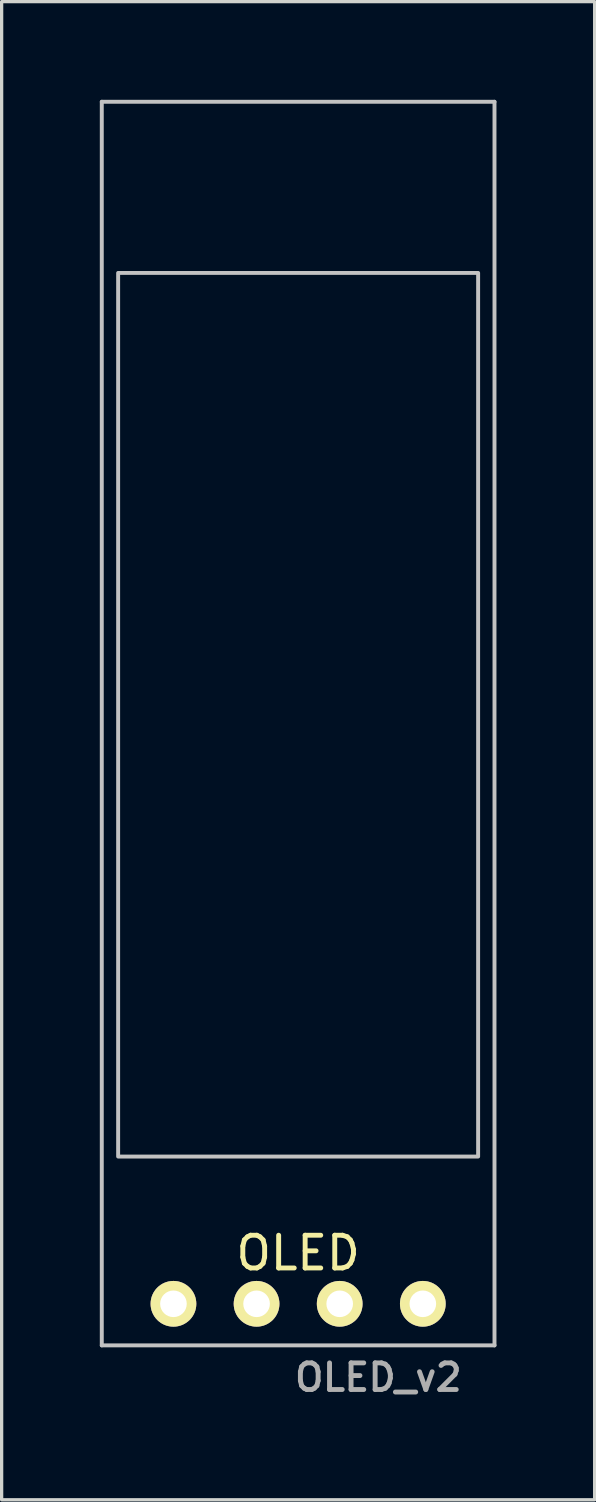
<source format=kicad_pcb>
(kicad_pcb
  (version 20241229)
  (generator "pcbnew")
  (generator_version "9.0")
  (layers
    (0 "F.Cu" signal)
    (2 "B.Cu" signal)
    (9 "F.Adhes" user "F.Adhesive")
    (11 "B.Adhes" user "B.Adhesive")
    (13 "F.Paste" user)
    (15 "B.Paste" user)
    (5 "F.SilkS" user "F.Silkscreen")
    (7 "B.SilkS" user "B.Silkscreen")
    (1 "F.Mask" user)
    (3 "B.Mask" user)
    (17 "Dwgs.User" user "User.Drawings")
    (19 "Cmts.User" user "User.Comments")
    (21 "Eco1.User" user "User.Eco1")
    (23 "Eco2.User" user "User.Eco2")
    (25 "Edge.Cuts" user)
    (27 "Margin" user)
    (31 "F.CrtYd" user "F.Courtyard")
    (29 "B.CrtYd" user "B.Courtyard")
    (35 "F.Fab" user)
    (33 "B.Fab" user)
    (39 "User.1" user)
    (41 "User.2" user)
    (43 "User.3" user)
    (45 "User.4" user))
  (footprint "OLED_v2"
    (layer "F.Cu")
    (at 6.06 36.79)
    (property "Reference" "OLED_v2" (at 2.45 2.25 180) (layer "F.Fab") (effects (font (size 0.813 0.813) (thickness 0.15))))
    (attr through_hole)
    (fp_line (start -6 -36.73) (end 6 -36.73) (stroke (width 0.12) (type solid)) (layer "Dwgs.User"))
    (fp_line (start -6 1.27) (end -6 -36.73) (stroke (width 0.12) (type solid)) (layer "Dwgs.User"))
    (fp_line (start -6 1.27) (end 6 1.27) (stroke (width 0.12) (type solid)) (layer "Dwgs.User"))
    (fp_line (start 6 -36.73) (end 6 1.27) (stroke (width 0.12) (type solid)) (layer "Dwgs.User"))
    (fp_rect (start -5.5 -4.5) (end 5.5 -31.5) (stroke (width 0.12) (type solid)) (fill no) (layer "Dwgs.User"))
    (fp_text user "OLED" (at 0 -1.55 0) (layer "F.SilkS") (effects (font (size 1 1) (thickness 0.15))))
    (pad "1" thru_hole circle (at -3.81 0) (size 1.397 1.397) (drill 0.813) (layers "*.Cu" "B.Mask" "F.SilkS"))
    (pad "2" thru_hole circle (at -1.27 0) (size 1.397 1.397) (drill 0.813) (layers "*.Cu" "B.Mask" "F.SilkS"))
    (pad "3" thru_hole circle (at 1.27 0) (size 1.397 1.397) (drill 0.813) (layers "*.Cu" "B.Mask" "F.SilkS"))
    (pad "4" thru_hole circle (at 3.81 0) (size 1.397 1.397) (drill 0.813) (layers "*.Cu" "B.Mask" "F.SilkS")))
  (gr_rect
    (start -3 -3)
    (end 15.12 42.779)
    (stroke (width 0.1) (type default))
    (fill no)
    (layer "Edge.Cuts")))
</source>
